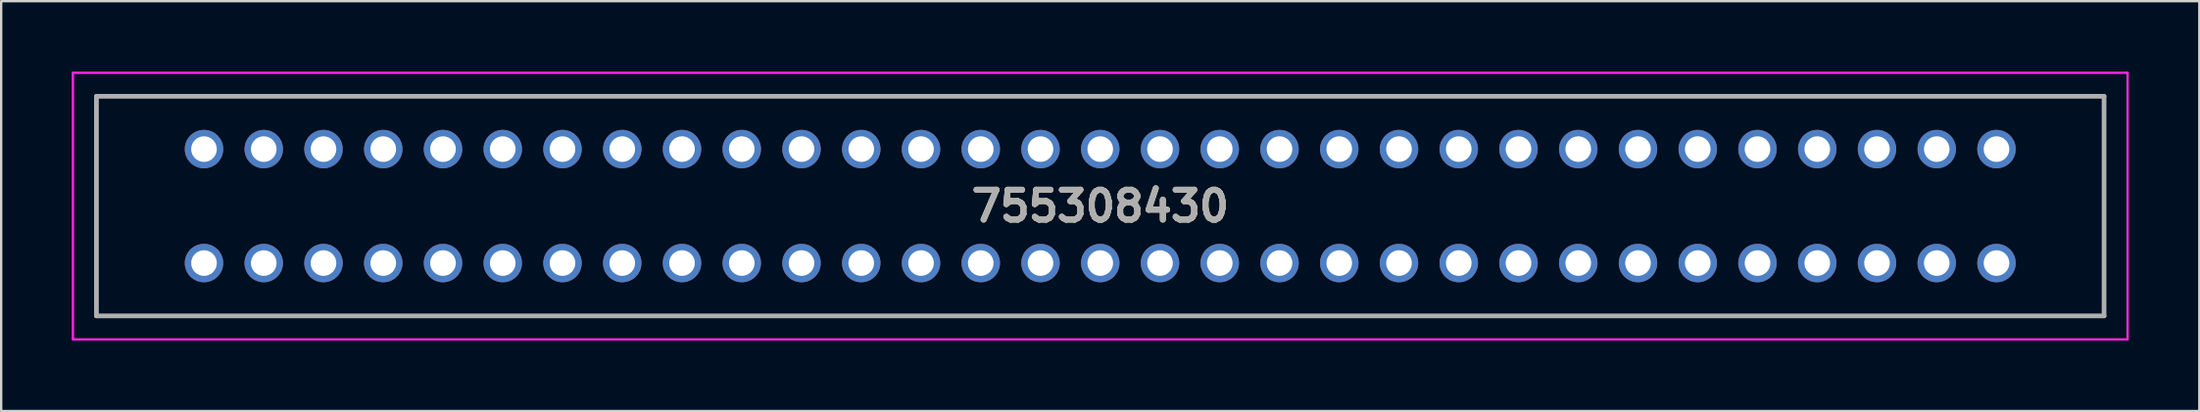
<source format=kicad_pcb>
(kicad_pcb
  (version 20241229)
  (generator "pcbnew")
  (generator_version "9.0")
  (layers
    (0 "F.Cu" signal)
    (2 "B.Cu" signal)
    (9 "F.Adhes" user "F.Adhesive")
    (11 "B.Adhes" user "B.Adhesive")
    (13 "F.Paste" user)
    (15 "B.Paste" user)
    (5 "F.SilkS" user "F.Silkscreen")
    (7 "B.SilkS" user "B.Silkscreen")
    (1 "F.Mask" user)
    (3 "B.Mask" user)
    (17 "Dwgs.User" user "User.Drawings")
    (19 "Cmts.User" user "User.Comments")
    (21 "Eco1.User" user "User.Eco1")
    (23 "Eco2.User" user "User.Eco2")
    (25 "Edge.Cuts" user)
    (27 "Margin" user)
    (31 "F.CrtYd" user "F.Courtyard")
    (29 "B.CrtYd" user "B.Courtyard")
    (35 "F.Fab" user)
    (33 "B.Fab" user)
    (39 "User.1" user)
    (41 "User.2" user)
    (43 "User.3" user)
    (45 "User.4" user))
  (footprint "755308430"
    (layer "F.Cu")
    (at 5.622 8.148)
    (property "Reference" "755308430" (at 38.1 -2.425 0) (layer "F.SilkS") (effects (font (size 1.27 1.27) (thickness 0.254))))
    (attr through_hole)
    (fp_line (start -4.572 -7.098) (end 80.772 -7.098) (stroke (width 0.1) (type solid)) (layer "F.SilkS"))
    (fp_line (start -4.572 2.248) (end -4.572 -7.098) (stroke (width 0.1) (type solid)) (layer "F.SilkS"))
    (fp_line (start 80.772 -7.098) (end 80.772 2.248) (stroke (width 0.1) (type solid)) (layer "F.SilkS"))
    (fp_line (start 80.772 2.248) (end -4.572 2.248) (stroke (width 0.1) (type solid)) (layer "F.SilkS"))
    (fp_line (start -5.572 -8.098) (end 81.772 -8.098) (stroke (width 0.1) (type solid)) (layer "F.CrtYd"))
    (fp_line (start -5.572 3.248) (end -5.572 -8.098) (stroke (width 0.1) (type solid)) (layer "F.CrtYd"))
    (fp_line (start 81.772 -8.098) (end 81.772 3.248) (stroke (width 0.1) (type solid)) (layer "F.CrtYd"))
    (fp_line (start 81.772 3.248) (end -5.572 3.248) (stroke (width 0.1) (type solid)) (layer "F.CrtYd"))
    (fp_line (start -4.572 -7.098) (end 80.772 -7.098) (stroke (width 0.2) (type solid)) (layer "F.Fab"))
    (fp_line (start -4.572 2.248) (end -4.572 -7.098) (stroke (width 0.2) (type solid)) (layer "F.Fab"))
    (fp_line (start 80.772 -7.098) (end 80.772 2.248) (stroke (width 0.2) (type solid)) (layer "F.Fab"))
    (fp_line (start 80.772 2.248) (end -4.572 2.248) (stroke (width 0.2) (type solid)) (layer "F.Fab"))
    (fp_text user "${REFERENCE}" (at 38.1 -2.425 0) (layer "F.Fab") (effects (font (size 1.27 1.27) (thickness 0.254))))
    (pad "1" thru_hole circle (at 0 0) (size 1.635 1.635) (drill 1.09) (layers "*.Cu" "*.Mask"))
    (pad "2" thru_hole circle (at 0 -4.851) (size 1.635 1.635) (drill 1.09) (layers "*.Cu" "*.Mask"))
    (pad "3" thru_hole circle (at 2.54 0) (size 1.635 1.635) (drill 1.09) (layers "*.Cu" "*.Mask"))
    (pad "4" thru_hole circle (at 2.54 -4.851) (size 1.635 1.635) (drill 1.09) (layers "*.Cu" "*.Mask"))
    (pad "5" thru_hole circle (at 5.08 0) (size 1.635 1.635) (drill 1.09) (layers "*.Cu" "*.Mask"))
    (pad "6" thru_hole circle (at 5.08 -4.851) (size 1.635 1.635) (drill 1.09) (layers "*.Cu" "*.Mask"))
    (pad "7" thru_hole circle (at 7.62 0) (size 1.635 1.635) (drill 1.09) (layers "*.Cu" "*.Mask"))
    (pad "8" thru_hole circle (at 7.62 -4.851) (size 1.635 1.635) (drill 1.09) (layers "*.Cu" "*.Mask"))
    (pad "9" thru_hole circle (at 10.16 0) (size 1.635 1.635) (drill 1.09) (layers "*.Cu" "*.Mask"))
    (pad "10" thru_hole circle (at 10.16 -4.851) (size 1.635 1.635) (drill 1.09) (layers "*.Cu" "*.Mask"))
    (pad "11" thru_hole circle (at 12.7 0) (size 1.635 1.635) (drill 1.09) (layers "*.Cu" "*.Mask"))
    (pad "12" thru_hole circle (at 12.7 -4.851) (size 1.635 1.635) (drill 1.09) (layers "*.Cu" "*.Mask"))
    (pad "13" thru_hole circle (at 15.24 0) (size 1.635 1.635) (drill 1.09) (layers "*.Cu" "*.Mask"))
    (pad "14" thru_hole circle (at 15.24 -4.851) (size 1.635 1.635) (drill 1.09) (layers "*.Cu" "*.Mask"))
    (pad "15" thru_hole circle (at 17.78 0) (size 1.635 1.635) (drill 1.09) (layers "*.Cu" "*.Mask"))
    (pad "16" thru_hole circle (at 17.78 -4.851) (size 1.635 1.635) (drill 1.09) (layers "*.Cu" "*.Mask"))
    (pad "17" thru_hole circle (at 20.32 0) (size 1.635 1.635) (drill 1.09) (layers "*.Cu" "*.Mask"))
    (pad "18" thru_hole circle (at 20.32 -4.851) (size 1.635 1.635) (drill 1.09) (layers "*.Cu" "*.Mask"))
    (pad "19" thru_hole circle (at 22.86 0) (size 1.635 1.635) (drill 1.09) (layers "*.Cu" "*.Mask"))
    (pad "20" thru_hole circle (at 22.86 -4.851) (size 1.635 1.635) (drill 1.09) (layers "*.Cu" "*.Mask"))
    (pad "21" thru_hole circle (at 25.4 0) (size 1.635 1.635) (drill 1.09) (layers "*.Cu" "*.Mask"))
    (pad "22" thru_hole circle (at 25.4 -4.851) (size 1.635 1.635) (drill 1.09) (layers "*.Cu" "*.Mask"))
    (pad "23" thru_hole circle (at 27.94 0) (size 1.635 1.635) (drill 1.09) (layers "*.Cu" "*.Mask"))
    (pad "24" thru_hole circle (at 27.94 -4.851) (size 1.635 1.635) (drill 1.09) (layers "*.Cu" "*.Mask"))
    (pad "25" thru_hole circle (at 30.48 0) (size 1.635 1.635) (drill 1.09) (layers "*.Cu" "*.Mask"))
    (pad "26" thru_hole circle (at 30.48 -4.851) (size 1.635 1.635) (drill 1.09) (layers "*.Cu" "*.Mask"))
    (pad "27" thru_hole circle (at 33.02 0) (size 1.635 1.635) (drill 1.09) (layers "*.Cu" "*.Mask"))
    (pad "28" thru_hole circle (at 33.02 -4.851) (size 1.635 1.635) (drill 1.09) (layers "*.Cu" "*.Mask"))
    (pad "29" thru_hole circle (at 35.56 0) (size 1.635 1.635) (drill 1.09) (layers "*.Cu" "*.Mask"))
    (pad "30" thru_hole circle (at 35.56 -4.851) (size 1.635 1.635) (drill 1.09) (layers "*.Cu" "*.Mask"))
    (pad "31" thru_hole circle (at 38.1 0) (size 1.635 1.635) (drill 1.09) (layers "*.Cu" "*.Mask"))
    (pad "32" thru_hole circle (at 38.1 -4.851) (size 1.635 1.635) (drill 1.09) (layers "*.Cu" "*.Mask"))
    (pad "33" thru_hole circle (at 40.64 0) (size 1.635 1.635) (drill 1.09) (layers "*.Cu" "*.Mask"))
    (pad "34" thru_hole circle (at 40.64 -4.851) (size 1.635 1.635) (drill 1.09) (layers "*.Cu" "*.Mask"))
    (pad "35" thru_hole circle (at 43.18 0) (size 1.635 1.635) (drill 1.09) (layers "*.Cu" "*.Mask"))
    (pad "36" thru_hole circle (at 43.18 -4.851) (size 1.635 1.635) (drill 1.09) (layers "*.Cu" "*.Mask"))
    (pad "37" thru_hole circle (at 45.72 0) (size 1.635 1.635) (drill 1.09) (layers "*.Cu" "*.Mask"))
    (pad "38" thru_hole circle (at 45.72 -4.851) (size 1.635 1.635) (drill 1.09) (layers "*.Cu" "*.Mask"))
    (pad "39" thru_hole circle (at 48.26 0) (size 1.635 1.635) (drill 1.09) (layers "*.Cu" "*.Mask"))
    (pad "40" thru_hole circle (at 48.26 -4.851) (size 1.635 1.635) (drill 1.09) (layers "*.Cu" "*.Mask"))
    (pad "41" thru_hole circle (at 50.8 0) (size 1.635 1.635) (drill 1.09) (layers "*.Cu" "*.Mask"))
    (pad "42" thru_hole circle (at 50.8 -4.851) (size 1.635 1.635) (drill 1.09) (layers "*.Cu" "*.Mask"))
    (pad "43" thru_hole circle (at 53.34 0) (size 1.635 1.635) (drill 1.09) (layers "*.Cu" "*.Mask"))
    (pad "44" thru_hole circle (at 53.34 -4.851) (size 1.635 1.635) (drill 1.09) (layers "*.Cu" "*.Mask"))
    (pad "45" thru_hole circle (at 55.88 0) (size 1.635 1.635) (drill 1.09) (layers "*.Cu" "*.Mask"))
    (pad "46" thru_hole circle (at 55.88 -4.851) (size 1.635 1.635) (drill 1.09) (layers "*.Cu" "*.Mask"))
    (pad "47" thru_hole circle (at 58.42 0) (size 1.635 1.635) (drill 1.09) (layers "*.Cu" "*.Mask"))
    (pad "48" thru_hole circle (at 58.42 -4.851) (size 1.635 1.635) (drill 1.09) (layers "*.Cu" "*.Mask"))
    (pad "49" thru_hole circle (at 60.96 0) (size 1.635 1.635) (drill 1.09) (layers "*.Cu" "*.Mask"))
    (pad "50" thru_hole circle (at 60.96 -4.851) (size 1.635 1.635) (drill 1.09) (layers "*.Cu" "*.Mask"))
    (pad "51" thru_hole circle (at 63.5 0) (size 1.635 1.635) (drill 1.09) (layers "*.Cu" "*.Mask"))
    (pad "52" thru_hole circle (at 63.5 -4.851) (size 1.635 1.635) (drill 1.09) (layers "*.Cu" "*.Mask"))
    (pad "53" thru_hole circle (at 66.04 0) (size 1.635 1.635) (drill 1.09) (layers "*.Cu" "*.Mask"))
    (pad "54" thru_hole circle (at 66.04 -4.851) (size 1.635 1.635) (drill 1.09) (layers "*.Cu" "*.Mask"))
    (pad "55" thru_hole circle (at 68.58 0) (size 1.635 1.635) (drill 1.09) (layers "*.Cu" "*.Mask"))
    (pad "56" thru_hole circle (at 68.58 -4.851) (size 1.635 1.635) (drill 1.09) (layers "*.Cu" "*.Mask"))
    (pad "57" thru_hole circle (at 71.12 0) (size 1.635 1.635) (drill 1.09) (layers "*.Cu" "*.Mask"))
    (pad "58" thru_hole circle (at 71.12 -4.851) (size 1.635 1.635) (drill 1.09) (layers "*.Cu" "*.Mask"))
    (pad "59" thru_hole circle (at 73.66 0) (size 1.635 1.635) (drill 1.09) (layers "*.Cu" "*.Mask"))
    (pad "60" thru_hole circle (at 73.66 -4.851) (size 1.635 1.635) (drill 1.09) (layers "*.Cu" "*.Mask"))
    (pad "61" thru_hole circle (at 76.2 0) (size 1.635 1.635) (drill 1.09) (layers "*.Cu" "*.Mask"))
    (pad "62" thru_hole circle (at 76.2 -4.851) (size 1.635 1.635) (drill 1.09) (layers "*.Cu" "*.Mask")))
  (gr_rect
    (start -3 -3)
    (end 90.444 14.446)
    (stroke (width 0.1) (type default))
    (fill no)
    (layer "Edge.Cuts")))
</source>
